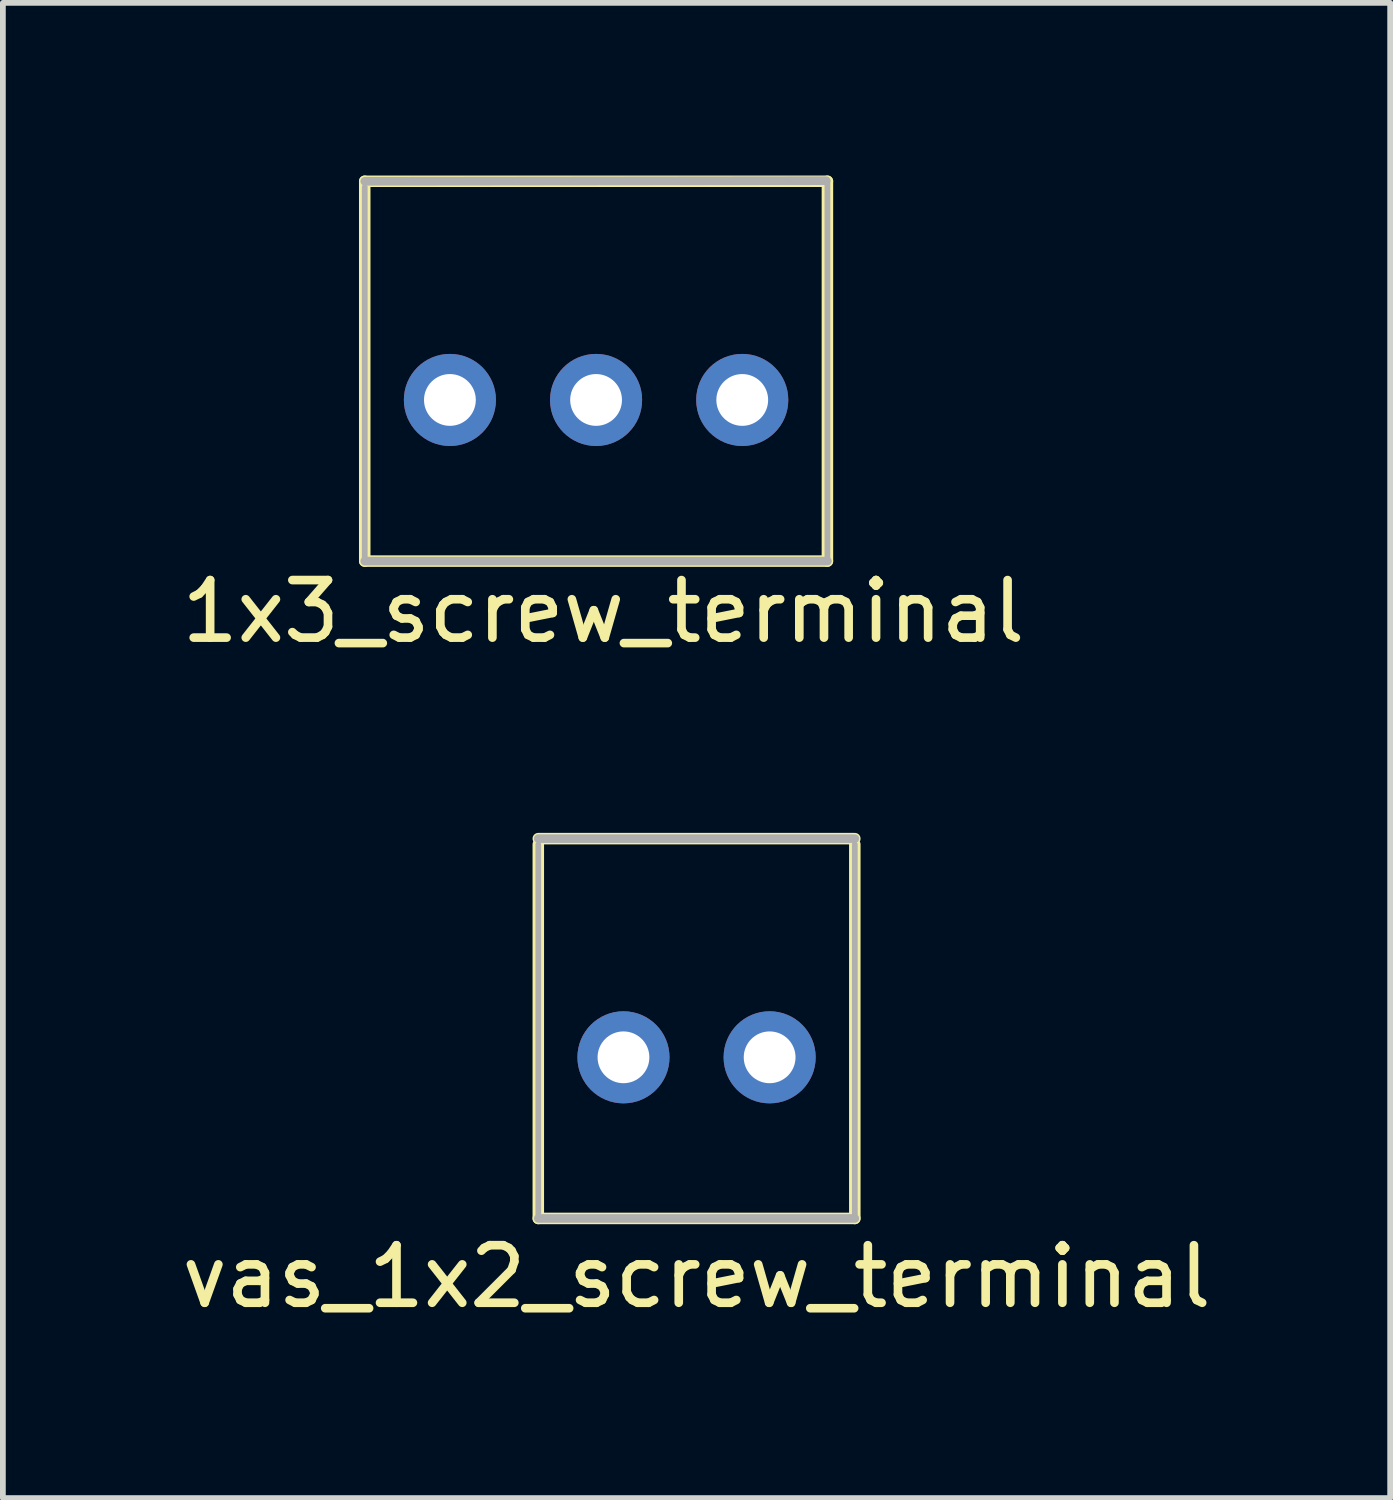
<source format=kicad_pcb>
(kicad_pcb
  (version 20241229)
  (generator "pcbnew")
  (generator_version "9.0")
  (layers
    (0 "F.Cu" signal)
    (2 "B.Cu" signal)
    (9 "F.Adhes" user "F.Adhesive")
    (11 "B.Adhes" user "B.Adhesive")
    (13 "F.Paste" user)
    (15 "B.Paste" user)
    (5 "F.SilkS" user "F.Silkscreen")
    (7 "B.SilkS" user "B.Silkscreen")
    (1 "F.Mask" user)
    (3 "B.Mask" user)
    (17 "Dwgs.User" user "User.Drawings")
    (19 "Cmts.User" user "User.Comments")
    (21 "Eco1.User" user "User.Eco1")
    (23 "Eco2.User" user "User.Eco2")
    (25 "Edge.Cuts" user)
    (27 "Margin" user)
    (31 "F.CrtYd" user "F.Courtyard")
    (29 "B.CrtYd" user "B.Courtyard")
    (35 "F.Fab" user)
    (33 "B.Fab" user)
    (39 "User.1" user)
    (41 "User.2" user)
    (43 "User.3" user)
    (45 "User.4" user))
  (footprint "vas_1x2_screw_terminal"
    (layer "F.Cu")
    (at 9.054 15.323)
    (property "Reference" "vas_1x2_screw_terminal" (at 0 3.81 0) (layer "F.SilkS") (effects (font (size 1 1) (thickness 0.15))))
    (attr through_hole)
    (fp_line (start -2.75 -3.8) (end 2.75 -3.8) (stroke (width 0.2) (type solid)) (layer "F.SilkS"))
    (fp_line (start -2.75 -3.7) (end -2.75 2.8) (stroke (width 0.2) (type solid)) (layer "F.SilkS"))
    (fp_line (start -2.75 2.8) (end 2.75 2.8) (stroke (width 0.2) (type solid)) (layer "F.SilkS"))
    (fp_line (start 2.75 -3.7) (end 2.75 2.8) (stroke (width 0.2) (type solid)) (layer "F.SilkS"))
    (fp_line (start -2.75 -3.8) (end 2.75 -3.8) (stroke (width 0.15) (type solid)) (layer "F.Fab"))
    (fp_line (start -2.75 -3.7) (end -2.75 2.8) (stroke (width 0.1) (type solid)) (layer "F.Fab"))
    (fp_line (start -2.75 2.8) (end 2.75 2.8) (stroke (width 0.15) (type solid)) (layer "F.Fab"))
    (fp_line (start 2.75 -3.7) (end 2.75 2.8) (stroke (width 0.1) (type solid)) (layer "F.Fab"))
    (pad "1" thru_hole circle (at -1.27 0) (size 1.6 1.6) (drill 0.9) (layers "*.Cu" "*.Mask"))
    (pad "2" thru_hole circle (at 1.27 0) (size 1.6 1.6) (drill 0.9) (layers "*.Cu" "*.Mask")))
  (footprint "1x3_screw_terminal"
    (layer "F.Cu")
    (at 7.435 7.075)
    (property "Reference" "1x3_screw_terminal" (at 0 0.5 0) (layer "F.SilkS") (effects (font (size 1 1) (thickness 0.15))))
    (attr through_hole)
    (fp_line (start -4.147 -6.975) (end -4.147 -0.375) (stroke (width 0.2) (type solid)) (layer "F.SilkS"))
    (fp_line (start -4.147 -6.975) (end 3.893 -6.975) (stroke (width 0.2) (type solid)) (layer "F.SilkS"))
    (fp_line (start -4.147 -0.375) (end 3.893 -0.375) (stroke (width 0.2) (type solid)) (layer "F.SilkS"))
    (fp_line (start 3.893 -6.975) (end 3.893 -0.375) (stroke (width 0.2) (type solid)) (layer "F.SilkS"))
    (fp_line (start -4.147 -6.975) (end 3.873 -6.985) (stroke (width 0.15) (type solid)) (layer "F.Fab"))
    (fp_line (start -4.147 -6.875) (end -4.147 -0.375) (stroke (width 0.1) (type solid)) (layer "F.Fab"))
    (fp_line (start -4.147 -0.375) (end 3.893 -0.375) (stroke (width 0.15) (type solid)) (layer "F.Fab"))
    (fp_line (start 3.893 -6.975) (end 3.893 -0.365) (stroke (width 0.1) (type solid)) (layer "F.Fab"))
    (pad "1" thru_hole circle (at -2.667 -3.175) (size 1.6 1.6) (drill 0.9) (layers "*.Cu" "*.Mask"))
    (pad "2" thru_hole circle (at -0.127 -3.175) (size 1.6 1.6) (drill 0.9) (layers "*.Cu" "*.Mask"))
    (pad "3" thru_hole circle (at 2.413 -3.175) (size 1.6 1.6) (drill 0.9) (layers "*.Cu" "*.Mask")))
  (gr_rect
    (start -3 -3)
    (end 21.107 22.982)
    (stroke (width 0.1) (type default))
    (fill no)
    (layer "Edge.Cuts")))
</source>
